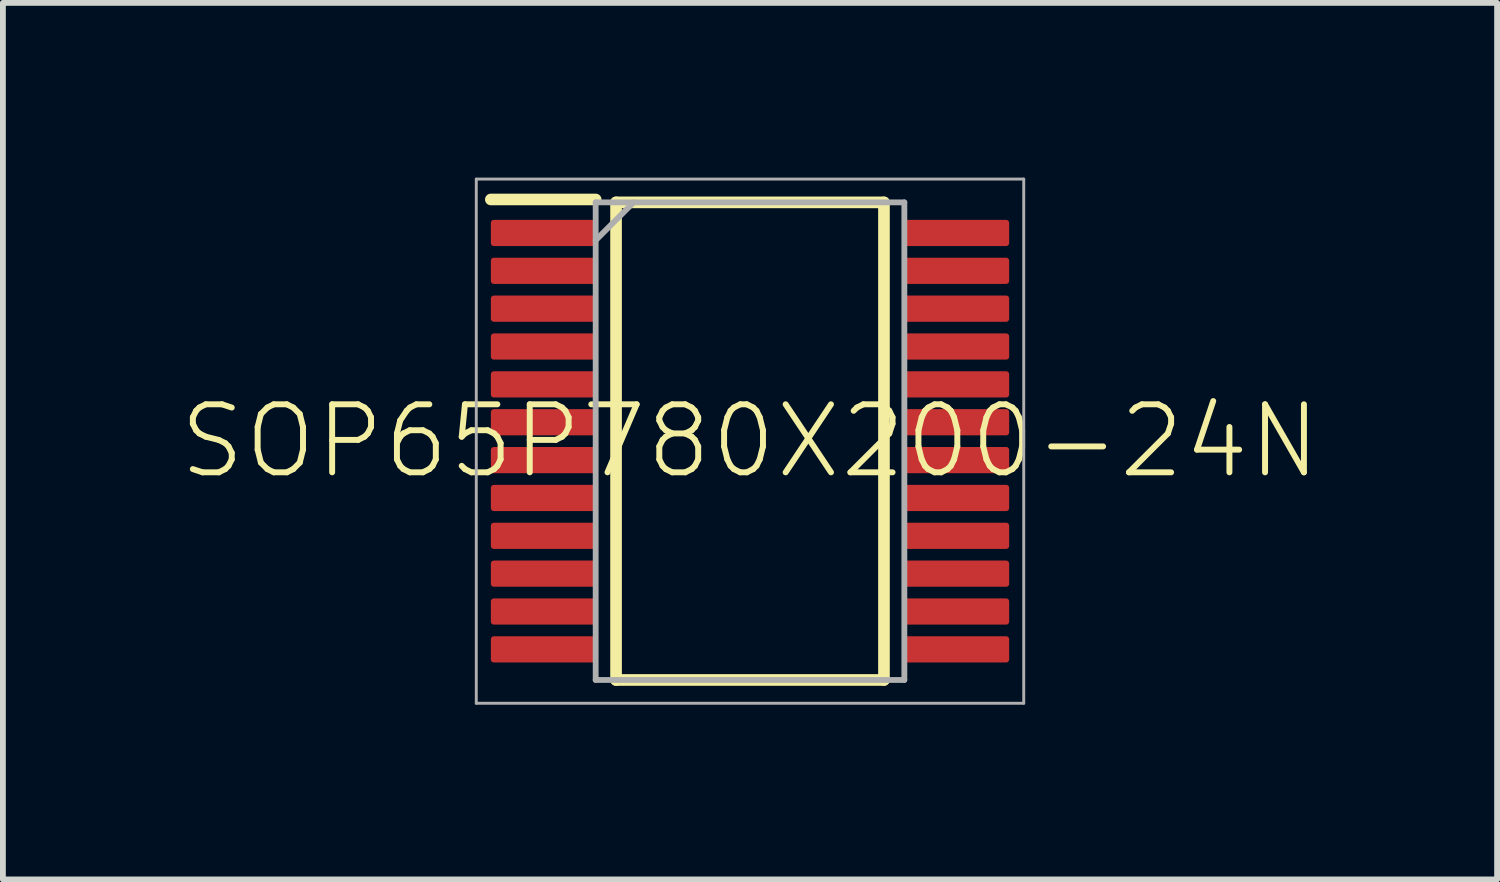
<source format=kicad_pcb>
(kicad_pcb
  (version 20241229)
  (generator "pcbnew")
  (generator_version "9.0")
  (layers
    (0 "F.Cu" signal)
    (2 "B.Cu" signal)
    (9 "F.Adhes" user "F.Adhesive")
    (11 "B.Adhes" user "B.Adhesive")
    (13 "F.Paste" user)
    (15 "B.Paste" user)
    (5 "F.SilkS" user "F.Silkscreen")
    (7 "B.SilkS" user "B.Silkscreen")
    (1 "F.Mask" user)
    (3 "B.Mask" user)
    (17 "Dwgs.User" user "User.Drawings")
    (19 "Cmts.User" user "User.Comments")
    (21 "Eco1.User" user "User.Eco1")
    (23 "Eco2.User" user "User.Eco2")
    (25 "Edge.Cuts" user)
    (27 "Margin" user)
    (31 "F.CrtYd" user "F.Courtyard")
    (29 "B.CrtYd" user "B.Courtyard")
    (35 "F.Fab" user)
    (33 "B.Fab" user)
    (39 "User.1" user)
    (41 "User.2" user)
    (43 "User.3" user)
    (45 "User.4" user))
  (footprint "SOP65P780X200-24N"
    (layer "F.Cu")
    (at 9.828 4.525)
    (property "Reference" "SOP65P780X200-24N" (at 0 0 0) (layer "F.SilkS") (effects (font (size 1.168 1.168) (thickness 0.102))))
    (fp_line (start -4.45 -4.15) (end -2.65 -4.15) (stroke (width 0.2) (type solid)) (layer "F.SilkS"))
    (fp_line (start -2.3 -4.1) (end 2.3 -4.1) (stroke (width 0.2) (type solid)) (layer "F.SilkS"))
    (fp_line (start -2.3 4.1) (end -2.3 -4.1) (stroke (width 0.2) (type solid)) (layer "F.SilkS"))
    (fp_line (start 2.3 -4.1) (end 2.3 4.1) (stroke (width 0.2) (type solid)) (layer "F.SilkS"))
    (fp_line (start 2.3 4.1) (end -2.3 4.1) (stroke (width 0.2) (type solid)) (layer "F.SilkS"))
    (fp_line (start -4.7 -4.5) (end 4.7 -4.5) (stroke (width 0.05) (type solid)) (layer "F.Fab"))
    (fp_line (start -4.7 4.5) (end -4.7 -4.5) (stroke (width 0.05) (type solid)) (layer "F.Fab"))
    (fp_line (start -2.65 -4.1) (end 2.65 -4.1) (stroke (width 0.1) (type solid)) (layer "F.Fab"))
    (fp_line (start -2.65 -3.45) (end -2 -4.1) (stroke (width 0.1) (type solid)) (layer "F.Fab"))
    (fp_line (start -2.65 4.1) (end -2.65 -4.1) (stroke (width 0.1) (type solid)) (layer "F.Fab"))
    (fp_line (start 2.65 -4.1) (end 2.65 4.1) (stroke (width 0.1) (type solid)) (layer "F.Fab"))
    (fp_line (start 2.65 4.1) (end -2.65 4.1) (stroke (width 0.1) (type solid)) (layer "F.Fab"))
    (fp_line (start 4.7 -4.5) (end 4.7 4.5) (stroke (width 0.05) (type solid)) (layer "F.Fab"))
    (fp_line (start 4.7 4.5) (end -4.7 4.5) (stroke (width 0.05) (type solid)) (layer "F.Fab"))
    (pad "1" smd roundrect (at -3.55 -3.575) (size 1.8 0.45) (layers "F.Cu" "F.Mask" "F.Paste") (roundrect_rratio 0.113))
    (pad "2" smd roundrect (at -3.55 -2.925) (size 1.8 0.45) (layers "F.Cu" "F.Mask" "F.Paste") (roundrect_rratio 0.113))
    (pad "3" smd roundrect (at -3.55 -2.275) (size 1.8 0.45) (layers "F.Cu" "F.Mask" "F.Paste") (roundrect_rratio 0.113))
    (pad "4" smd roundrect (at -3.55 -1.625) (size 1.8 0.45) (layers "F.Cu" "F.Mask" "F.Paste") (roundrect_rratio 0.113))
    (pad "5" smd roundrect (at -3.55 -0.975) (size 1.8 0.45) (layers "F.Cu" "F.Mask" "F.Paste") (roundrect_rratio 0.113))
    (pad "6" smd roundrect (at -3.55 -0.325) (size 1.8 0.45) (layers "F.Cu" "F.Mask" "F.Paste") (roundrect_rratio 0.113))
    (pad "7" smd roundrect (at -3.55 0.325) (size 1.8 0.45) (layers "F.Cu" "F.Mask" "F.Paste") (roundrect_rratio 0.113))
    (pad "8" smd roundrect (at -3.55 0.975) (size 1.8 0.45) (layers "F.Cu" "F.Mask" "F.Paste") (roundrect_rratio 0.113))
    (pad "9" smd roundrect (at -3.55 1.625) (size 1.8 0.45) (layers "F.Cu" "F.Mask" "F.Paste") (roundrect_rratio 0.113))
    (pad "10" smd roundrect (at -3.55 2.275) (size 1.8 0.45) (layers "F.Cu" "F.Mask" "F.Paste") (roundrect_rratio 0.113))
    (pad "11" smd roundrect (at -3.55 2.925) (size 1.8 0.45) (layers "F.Cu" "F.Mask" "F.Paste") (roundrect_rratio 0.113))
    (pad "12" smd roundrect (at -3.55 3.575) (size 1.8 0.45) (layers "F.Cu" "F.Mask" "F.Paste") (roundrect_rratio 0.113))
    (pad "13" smd roundrect (at 3.55 3.575) (size 1.8 0.45) (layers "F.Cu" "F.Mask" "F.Paste") (roundrect_rratio 0.113))
    (pad "14" smd roundrect (at 3.55 2.925) (size 1.8 0.45) (layers "F.Cu" "F.Mask" "F.Paste") (roundrect_rratio 0.113))
    (pad "15" smd roundrect (at 3.55 2.275) (size 1.8 0.45) (layers "F.Cu" "F.Mask" "F.Paste") (roundrect_rratio 0.113))
    (pad "16" smd roundrect (at 3.55 1.625) (size 1.8 0.45) (layers "F.Cu" "F.Mask" "F.Paste") (roundrect_rratio 0.113))
    (pad "17" smd roundrect (at 3.55 0.975) (size 1.8 0.45) (layers "F.Cu" "F.Mask" "F.Paste") (roundrect_rratio 0.113))
    (pad "18" smd roundrect (at 3.55 0.325) (size 1.8 0.45) (layers "F.Cu" "F.Mask" "F.Paste") (roundrect_rratio 0.113))
    (pad "19" smd roundrect (at 3.55 -0.325) (size 1.8 0.45) (layers "F.Cu" "F.Mask" "F.Paste") (roundrect_rratio 0.113))
    (pad "20" smd roundrect (at 3.55 -0.975) (size 1.8 0.45) (layers "F.Cu" "F.Mask" "F.Paste") (roundrect_rratio 0.113))
    (pad "21" smd roundrect (at 3.55 -1.625) (size 1.8 0.45) (layers "F.Cu" "F.Mask" "F.Paste") (roundrect_rratio 0.113))
    (pad "22" smd roundrect (at 3.55 -2.275) (size 1.8 0.45) (layers "F.Cu" "F.Mask" "F.Paste") (roundrect_rratio 0.113))
    (pad "23" smd roundrect (at 3.55 -2.925) (size 1.8 0.45) (layers "F.Cu" "F.Mask" "F.Paste") (roundrect_rratio 0.113))
    (pad "24" smd roundrect (at 3.55 -3.575) (size 1.8 0.45) (layers "F.Cu" "F.Mask" "F.Paste") (roundrect_rratio 0.113)))
  (gr_rect
    (start -3 -3)
    (end 22.656 12.05)
    (stroke (width 0.1) (type default))
    (fill no)
    (layer "Edge.Cuts")))
</source>
